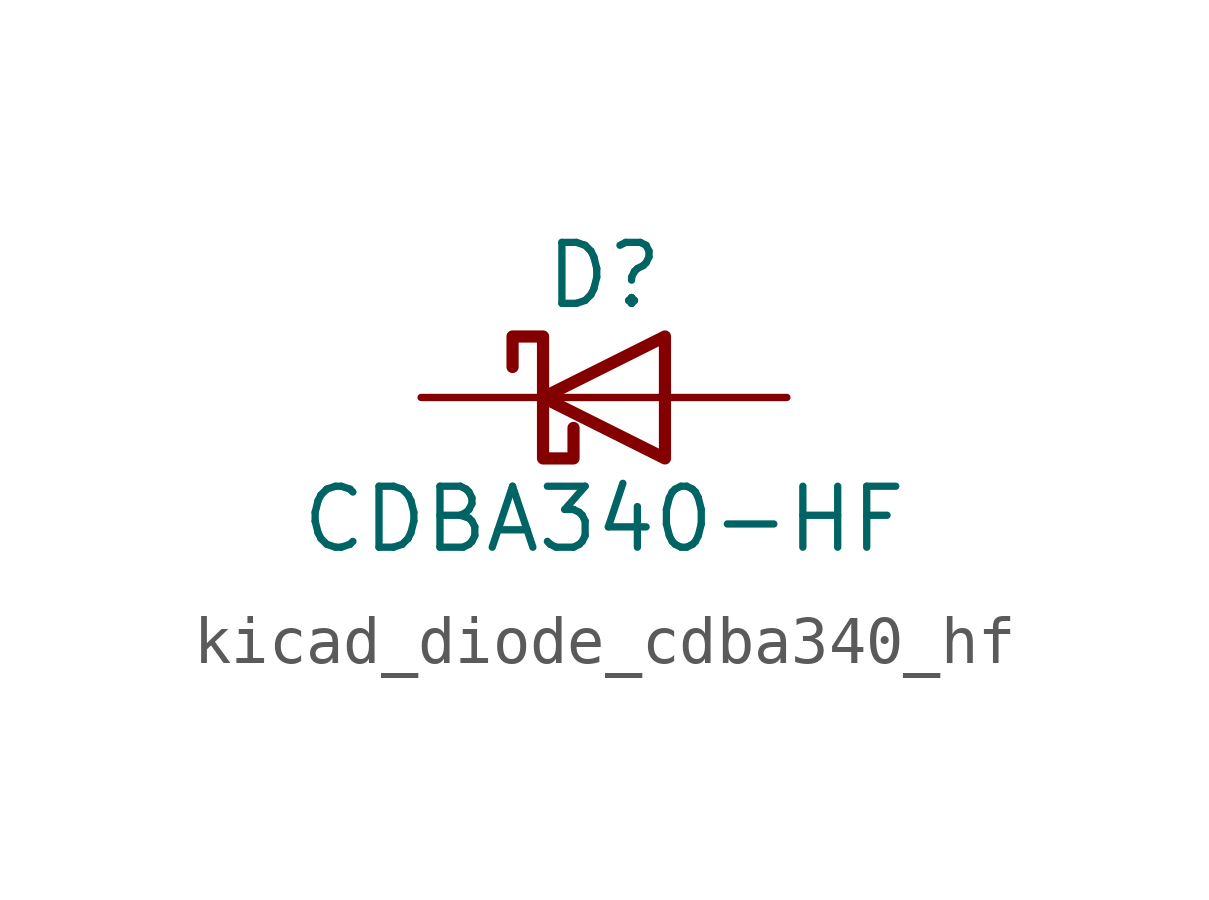
<source format=kicad_sym>
(kicad_symbol_lib
  (version 20220914)
  (generator kicad_symbol_editor)
  (symbol "kicad_diode_cdba340_hf"
    (pin_numbers hide)
    (pin_names hide)
    (property "Reference" "D"
      (at 0 2.54 0)
      (effects (font (size 1.27 1.27))))
    (property "Value" "CDBA340-HF"
      (at 0 -2.54 0)
      (effects (font (size 1.27 1.27))))
    (symbol "kicad_diode_cdba340_hf_0_1"
      (polyline (pts (xy 1.27 0) (xy -1.27 0)) (stroke (width 0) (type default)) (fill (type none)))
      (polyline (pts (xy 1.27 1.27) (xy 1.27 -1.27) (xy -1.27 0) (xy 1.27 1.27)) (stroke (width 0.254) (type default)) (fill (type none)))
      (polyline (pts (xy -1.905 0.635) (xy -1.905 1.27) (xy -1.27 1.27) (xy -1.27 -1.27) (xy -0.635 -1.27) (xy -0.635 -0.635)) (stroke (width 0.254) (type default)) (fill (type none))))
    (symbol "kicad_diode_cdba340_hf_1_1"
      (pin passive line (at -3.81 0 0) (length 2.54) (name "K" (effects (font (size 1.27 1.27)))) (number "1" (effects (font (size 1.27 1.27)))))
      (pin passive line (at 3.81 0 180) (length 2.54) (name "A" (effects (font (size 1.27 1.27)))) (number "2" (effects (font (size 1.27 1.27))))))))
</source>
